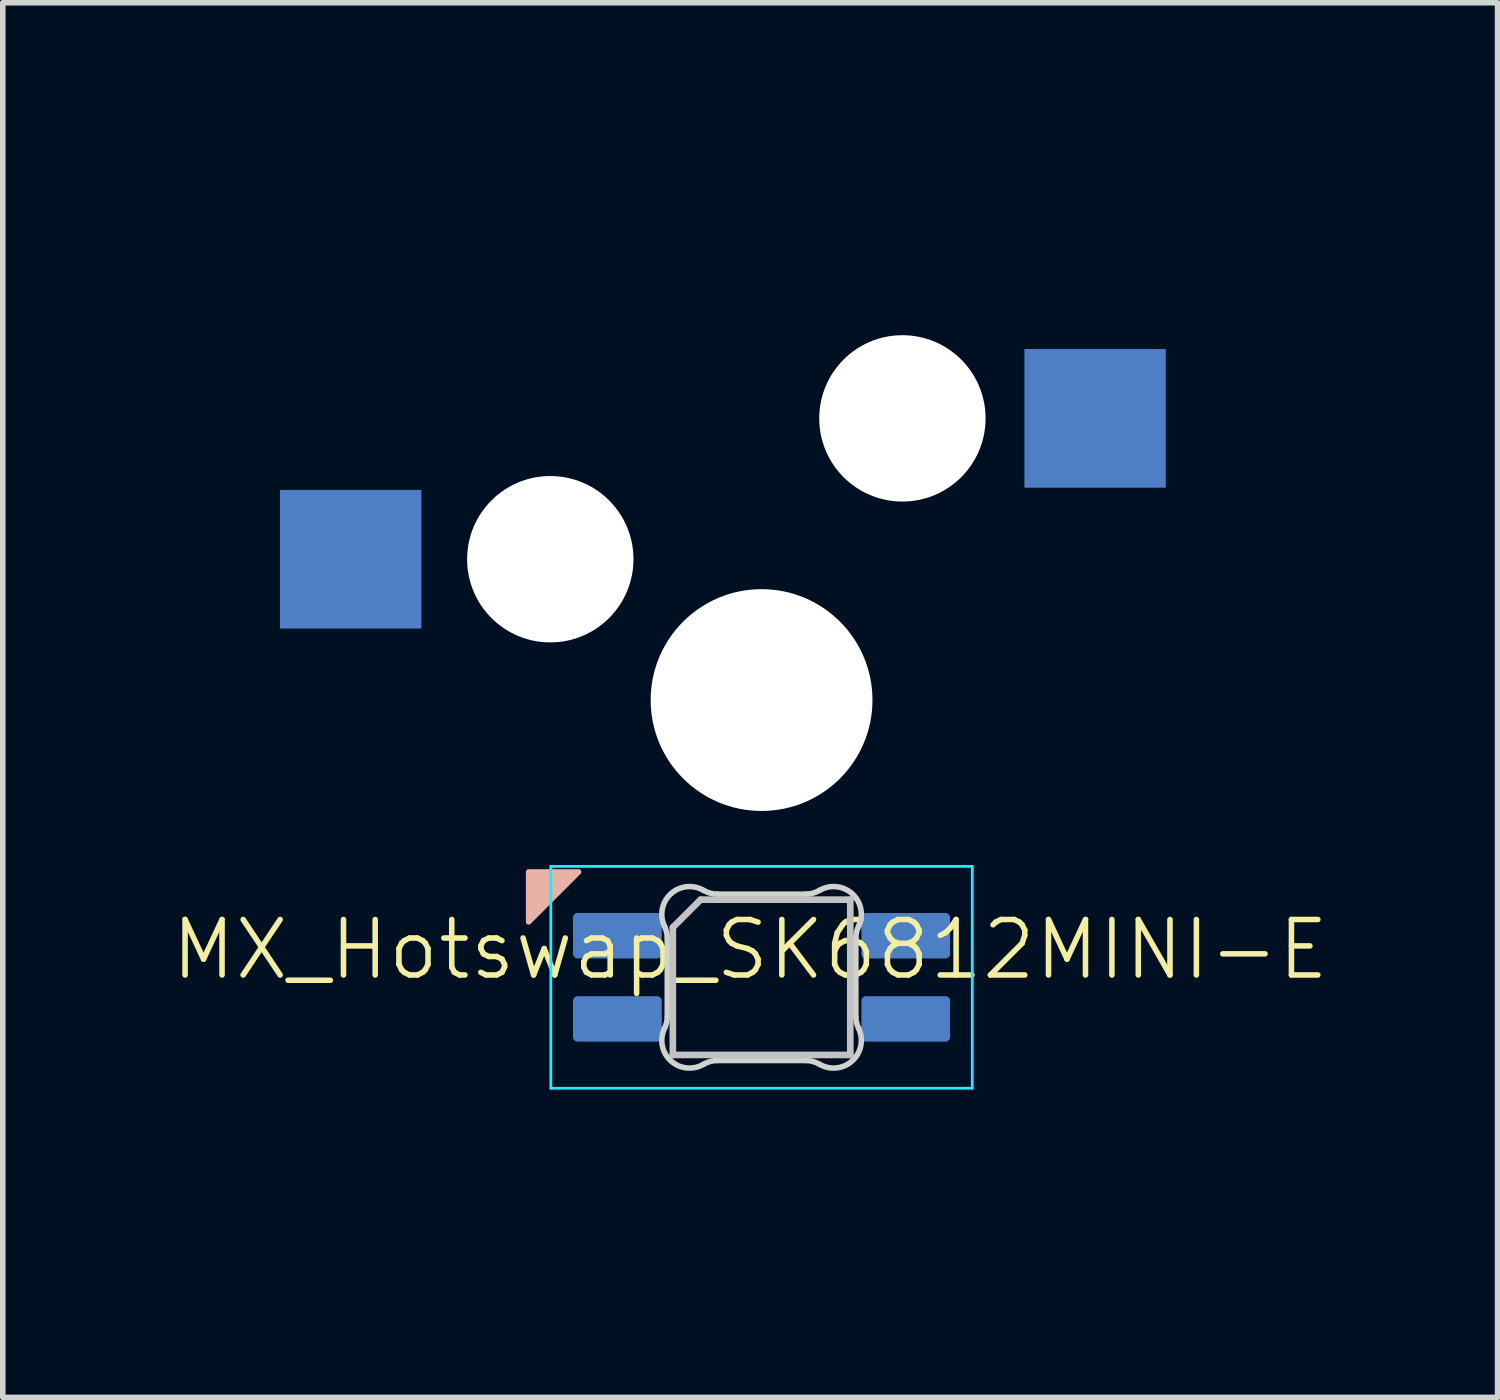
<source format=kicad_pcb>
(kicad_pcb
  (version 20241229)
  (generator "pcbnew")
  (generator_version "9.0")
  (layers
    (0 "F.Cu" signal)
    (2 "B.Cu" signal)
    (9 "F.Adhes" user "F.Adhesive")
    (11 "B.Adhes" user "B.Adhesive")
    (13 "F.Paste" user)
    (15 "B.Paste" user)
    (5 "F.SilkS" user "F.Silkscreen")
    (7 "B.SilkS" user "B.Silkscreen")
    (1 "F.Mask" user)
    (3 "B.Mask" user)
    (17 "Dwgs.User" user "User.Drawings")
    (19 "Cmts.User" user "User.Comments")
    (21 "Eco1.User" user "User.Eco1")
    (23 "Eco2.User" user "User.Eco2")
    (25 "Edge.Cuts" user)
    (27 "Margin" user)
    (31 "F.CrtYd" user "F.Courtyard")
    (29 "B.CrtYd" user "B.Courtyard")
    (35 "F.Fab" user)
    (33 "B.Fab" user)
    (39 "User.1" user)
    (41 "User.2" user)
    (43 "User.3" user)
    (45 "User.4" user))
  (footprint "MX_Hotswap_SK6812MINI-E"
    (layer "F.Cu")
    (at 10.684 9.575)
    (property "Reference" "MX_Hotswap_SK6812MINI-E" (at -0.206 4.5 0) (unlocked yes) (layer "F.SilkS") (effects (font (size 1 1) (thickness 0.1))))
    (attr smd)
    (fp_poly (pts (xy -4.2 4) (xy -3.3 3.1) (xy -4.2 3.1)) (stroke (width 0.1) (type solid)) (fill yes) (layer "B.SilkS"))
    (fp_line (start -1.6 4.1) (end -1.6 6.4) (stroke (width 0.12) (type solid)) (layer "Dwgs.User"))
    (fp_line (start -1.6 4.1) (end -1.1 3.6) (stroke (width 0.12) (type solid)) (layer "Dwgs.User"))
    (fp_line (start -1.6 6.4) (end 1.6 6.4) (stroke (width 0.12) (type solid)) (layer "Dwgs.User"))
    (fp_line (start 1.6 3.6) (end -1.1 3.6) (stroke (width 0.12) (type solid)) (layer "Dwgs.User"))
    (fp_line (start 1.6 6.4) (end 1.6 3.6) (stroke (width 0.12) (type solid)) (layer "Dwgs.User"))
    (fp_rect (start -9.5 -9.5) (end 9.5 9.5) (stroke (width 0.15) (type default)) (fill no) (layer "Eco1.User"))
    (fp_rect (start -7 -7) (end 7 7) (stroke (width 0.15) (type default)) (fill no) (layer "Eco2.User"))
    (fp_line (start -1.7 5.703) (end -1.7 4.297) (stroke (width 0.1) (type solid)) (layer "Edge.Cuts"))
    (fp_line (start -0.794 3.5) (end 0.794 3.5) (stroke (width 0.1) (type solid)) (layer "Edge.Cuts"))
    (fp_line (start 0.794 6.5) (end -0.794 6.5) (stroke (width 0.1) (type solid)) (layer "Edge.Cuts"))
    (fp_line (start 1.7 4.297) (end 1.7 5.703) (stroke (width 0.1) (type solid)) (layer "Edge.Cuts"))
    (fp_arc (start -1.749484 4.08028) (mid -1.712527 4.185932) (end -1.699999 4.297158) (stroke (width 0.1) (type solid)) (layer "Edge.Cuts"))
    (fp_arc (start -1.749484 4.080281) (mid -1.638072 3.495965) (end -1.046711 3.431701) (stroke (width 0.1) (type solid)) (layer "Edge.Cuts"))
    (fp_arc (start -1.699999 5.702843) (mid -1.712527 5.814068) (end -1.749484 5.91972) (stroke (width 0.1) (type solid)) (layer "Edge.Cuts"))
    (fp_arc (start -1.046711 6.568298) (mid -1.638071 6.504034) (end -1.749484 5.91972) (stroke (width 0.1) (type solid)) (layer "Edge.Cuts"))
    (fp_arc (start -1.046711 6.568298) (mid -0.925123 6.517376) (end -0.794453 6.499999) (stroke (width 0.1) (type solid)) (layer "Edge.Cuts"))
    (fp_arc (start -0.794452 3.5) (mid -0.925123 3.482623) (end -1.046711 3.431701) (stroke (width 0.1) (type solid)) (layer "Edge.Cuts"))
    (fp_arc (start 0.794453 6.5) (mid 0.925123 6.517377) (end 1.046711 6.568299) (stroke (width 0.1) (type solid)) (layer "Edge.Cuts"))
    (fp_arc (start 1.04671 3.431701) (mid 0.925122 3.482623) (end 0.794452 3.5) (stroke (width 0.1) (type solid)) (layer "Edge.Cuts"))
    (fp_arc (start 1.046711 3.431703) (mid 1.638071 3.495966) (end 1.749484 4.08028) (stroke (width 0.1) (type solid)) (layer "Edge.Cuts"))
    (fp_arc (start 1.699999 4.297157) (mid 1.712528 4.185932) (end 1.749484 4.08028) (stroke (width 0.1) (type solid)) (layer "Edge.Cuts"))
    (fp_arc (start 1.749484 5.91972) (mid 1.638073 6.504037) (end 1.046711 6.568299) (stroke (width 0.1) (type solid)) (layer "Edge.Cuts"))
    (fp_arc (start 1.749484 5.91972) (mid 1.71252 5.81407) (end 1.699999 5.702842) (stroke (width 0.1) (type solid)) (layer "Edge.Cuts"))
    (fp_line (start -3.8 3) (end -3.8 7) (stroke (width 0.05) (type solid)) (layer "B.CrtYd"))
    (fp_line (start -3.8 7) (end 3.8 7) (stroke (width 0.05) (type solid)) (layer "B.CrtYd"))
    (fp_line (start 3.8 3) (end -3.8 3) (stroke (width 0.05) (type solid)) (layer "B.CrtYd"))
    (fp_line (start 3.8 7) (end 3.8 3) (stroke (width 0.05) (type solid)) (layer "B.CrtYd"))
    (pad "" np_thru_hole circle (at -3.81 -2.54) (size 3 3) (drill 3) (layers "*.Cu" "*.Mask"))
    (pad "" np_thru_hole circle (at 0 0) (size 4 4) (drill 4) (layers "*.Cu" "*.Mask"))
    (pad "" np_thru_hole circle (at 2.54 -5.08) (size 3 3) (drill 3) (layers "*.Cu" "*.Mask"))
    (pad "1" smd roundrect (at 2.6 5.75 90) (size 0.82 1.6) (layers "B.Cu" "B.Mask" "B.Paste") (roundrect_rratio 0.1))
    (pad "2" smd roundrect (at 2.6 4.25 90) (size 0.82 1.6) (layers "B.Cu" "B.Mask" "B.Paste") (roundrect_rratio 0.1))
    (pad "3" smd roundrect (at -2.6 4.25 90) (size 0.82 1.6) (layers "B.Cu" "B.Mask" "B.Paste") (roundrect_rratio 0.1))
    (pad "4" smd roundrect (at -2.6 5.75 90) (size 0.82 1.6) (layers "B.Cu" "B.Mask" "B.Paste") (roundrect_rratio 0.1))
    (pad "5" smd rect (at -7.41 -2.54) (size 2.55 2.5) (layers "B.Cu" "B.Mask" "B.Paste"))
    (pad "6" smd rect (at 6.015 -5.08) (size 2.55 2.5) (layers "B.Cu" "B.Mask" "B.Paste")))
  (gr_rect
    (start -3 -3)
    (end 23.957 22.15)
    (stroke (width 0.1) (type default))
    (fill no)
    (layer "Edge.Cuts")))
</source>
